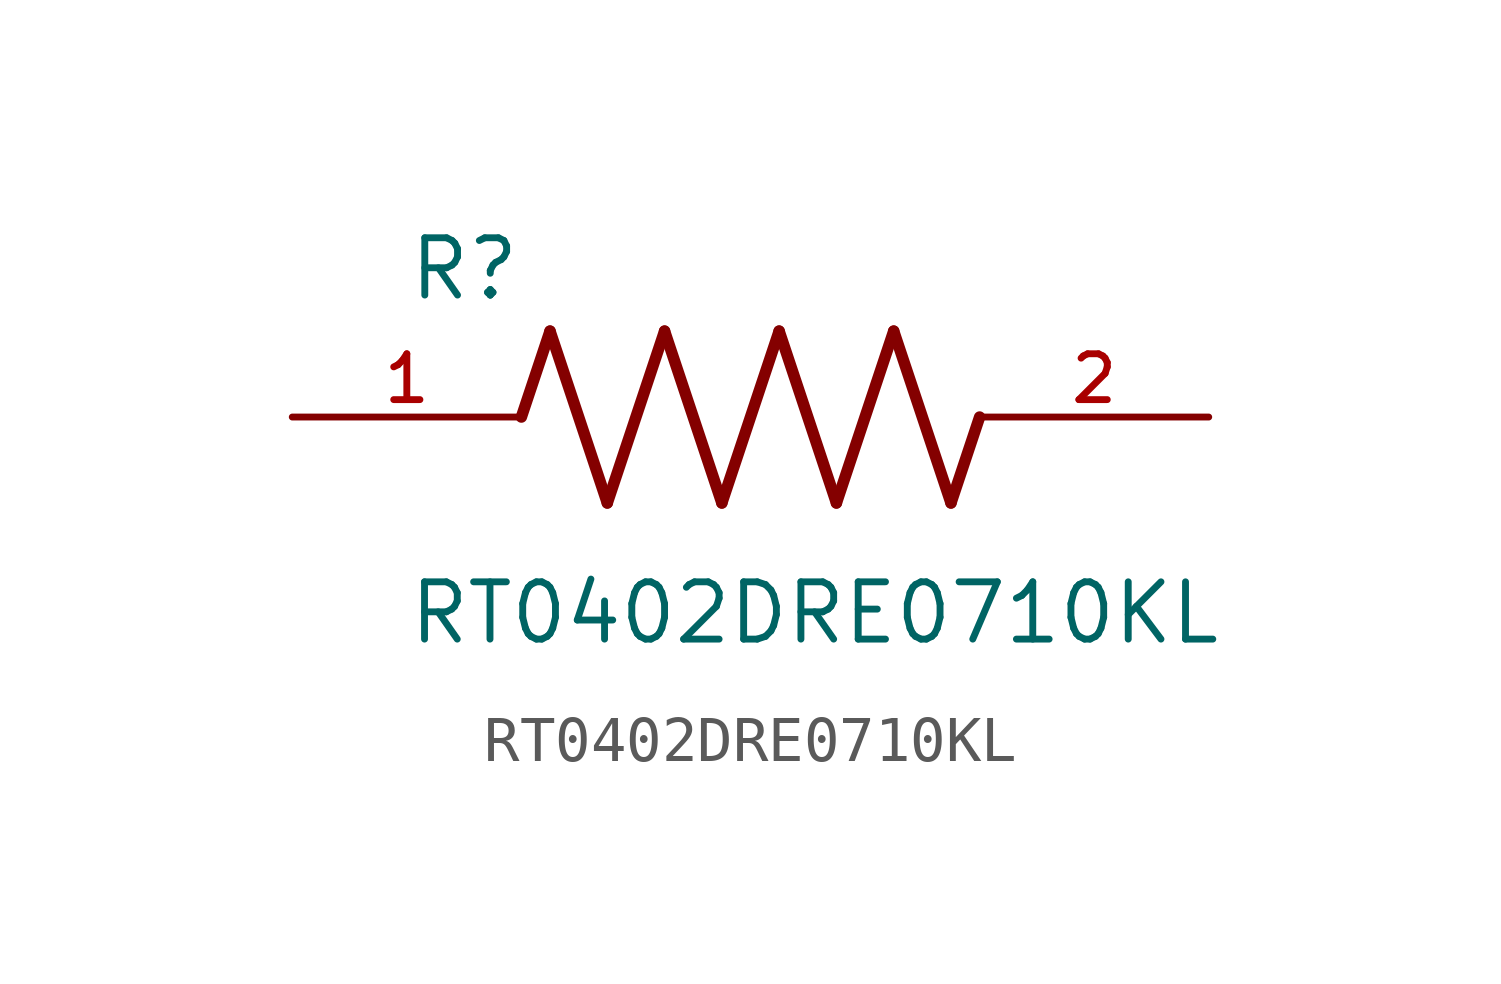
<source format=kicad_sym>
(kicad_symbol_lib
  (version 20211014)
  (generator kicad_symbol_editor)
  (symbol "RT0402DRE0710KL"
    (pin_names
      (offset 1.016))
    (property "Reference" "R"
      (at -7.624 2.541 0)
      (effects (font (size 1.27 1.27)) (justify bottom left)))
    (property "Value" "RT0402DRE0710KL"
      (at -7.63 -5.087 0)
      (effects (font (size 1.27 1.27)) (justify bottom left)))
    (symbol "RT0402DRE0710KL_0_0"
      (polyline (pts (xy -5.08 0.0) (xy -4.445 1.905)) (stroke (width 0.254)))
      (polyline (pts (xy -4.445 1.905) (xy -3.175 -1.905)) (stroke (width 0.254)))
      (polyline (pts (xy -3.175 -1.905) (xy -1.905 1.905)) (stroke (width 0.254)))
      (polyline (pts (xy -1.905 1.905) (xy -0.635 -1.905)) (stroke (width 0.254)))
      (polyline (pts (xy -0.635 -1.905) (xy 0.635 1.905)) (stroke (width 0.254)))
      (polyline (pts (xy 0.635 1.905) (xy 1.905 -1.905)) (stroke (width 0.254)))
      (polyline (pts (xy 1.905 -1.905) (xy 3.175 1.905)) (stroke (width 0.254)))
      (polyline (pts (xy 3.175 1.905) (xy 4.445 -1.905)) (stroke (width 0.254)))
      (polyline (pts (xy 4.445 -1.905) (xy 5.08 0.0)) (stroke (width 0.254)))
      (pin passive line (at -10.16 0.0 0) (length 5.08) (name "~" (effects (font (size 1.016 1.016)))) (number "1" (effects (font (size 1.016 1.016)))))
      (pin passive line (at 10.16 0.0 180.0) (length 5.08) (name "~" (effects (font (size 1.016 1.016)))) (number "2" (effects (font (size 1.016 1.016))))))))
</source>
